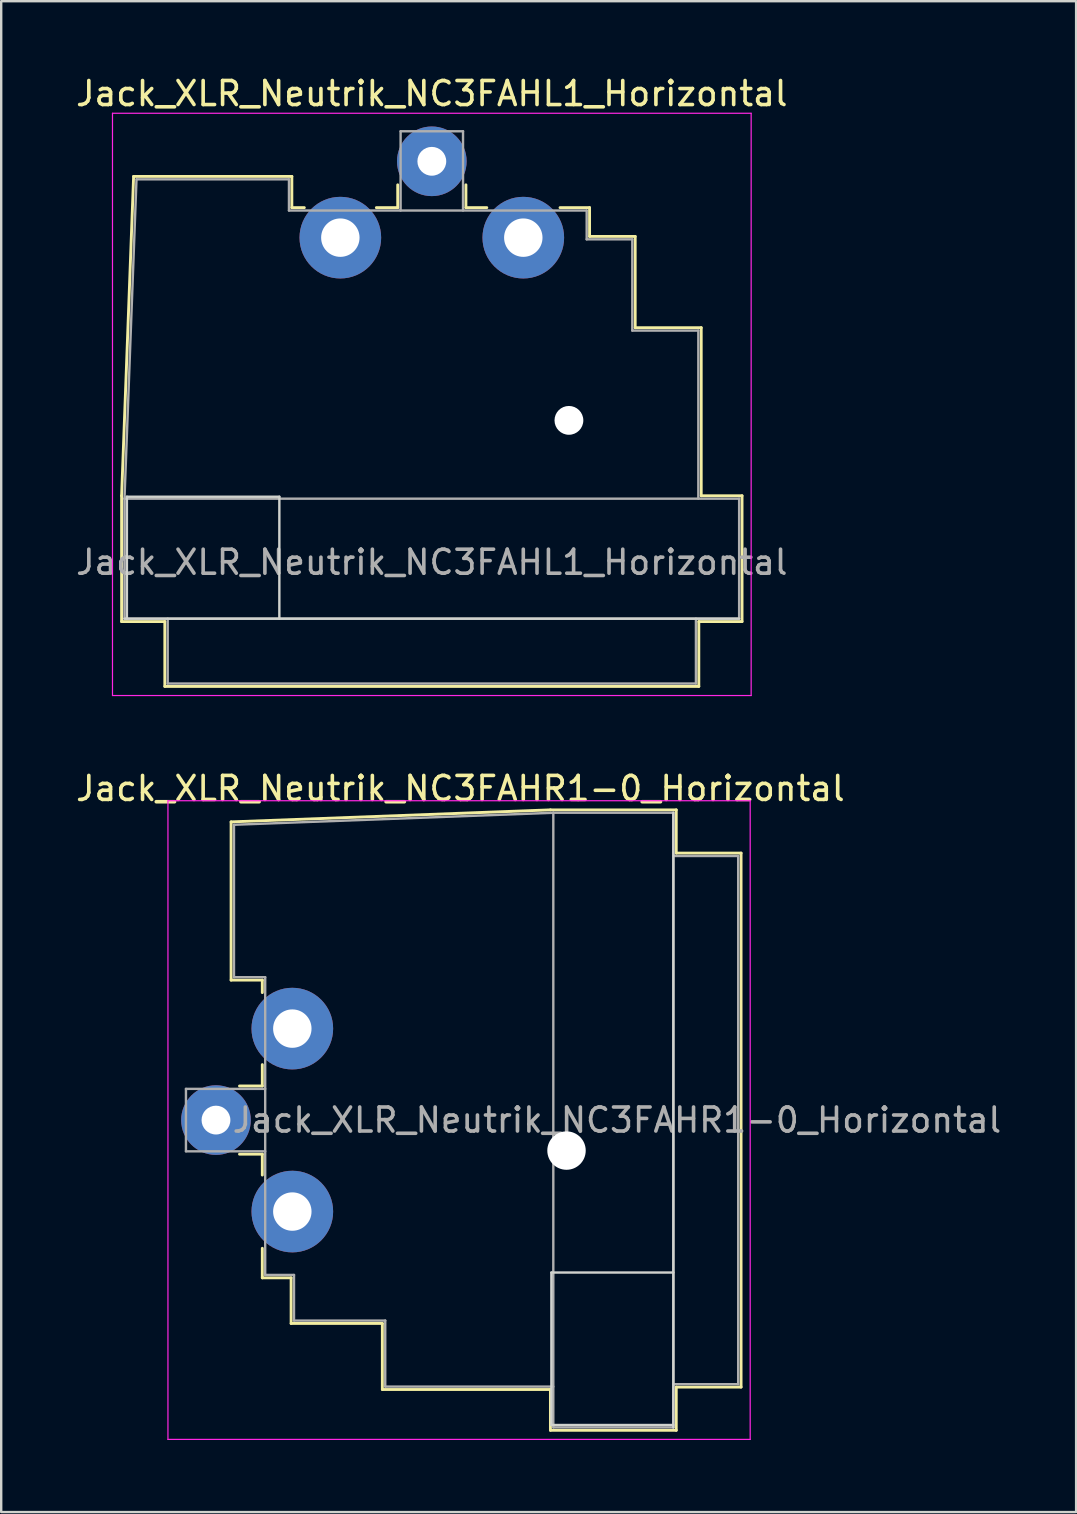
<source format=kicad_pcb>
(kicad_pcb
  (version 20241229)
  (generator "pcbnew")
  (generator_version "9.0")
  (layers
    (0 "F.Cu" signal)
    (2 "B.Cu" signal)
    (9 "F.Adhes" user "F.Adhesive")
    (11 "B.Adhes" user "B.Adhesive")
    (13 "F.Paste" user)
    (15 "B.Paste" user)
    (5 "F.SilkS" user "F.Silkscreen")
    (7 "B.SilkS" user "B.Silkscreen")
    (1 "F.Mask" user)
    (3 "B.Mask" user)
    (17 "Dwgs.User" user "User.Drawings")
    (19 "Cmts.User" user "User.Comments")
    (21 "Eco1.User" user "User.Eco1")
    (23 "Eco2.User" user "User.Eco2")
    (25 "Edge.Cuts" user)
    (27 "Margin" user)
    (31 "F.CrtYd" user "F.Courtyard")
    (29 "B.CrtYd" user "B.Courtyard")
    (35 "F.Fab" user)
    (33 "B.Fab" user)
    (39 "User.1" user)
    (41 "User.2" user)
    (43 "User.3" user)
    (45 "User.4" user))
  (footprint "Jack_XLR_Neutrik_NC3FAHR1-0_Horizontal"
    (layer "F.Cu")
    (at 9.125 39.791)
    (property "Reference" "Jack_XLR_Neutrik_NC3FAHR1-0_Horizontal" (at 7 -10 0) (layer "F.SilkS") (effects (font (size 1 1) (thickness 0.15))))
    (attr through_hole)
    (fp_line (start -2.55 -8.61) (end -2.55 -2.02) (stroke (width 0.12) (type solid)) (layer "F.SilkS"))
    (fp_line (start -2.55 -2.02) (end -1.25 -2.02) (stroke (width 0.12) (type solid)) (layer "F.SilkS"))
    (fp_line (start -1.25 -2.02) (end -1.25 -1.5) (stroke (width 0.12) (type solid)) (layer "F.SilkS"))
    (fp_line (start -1.25 1.5) (end -1.25 2.39) (stroke (width 0.12) (type solid)) (layer "F.SilkS"))
    (fp_line (start -1.25 2.39) (end -2.2 2.39) (stroke (width 0.12) (type solid)) (layer "F.SilkS"))
    (fp_line (start -1.25 5.23) (end -2.2 5.23) (stroke (width 0.12) (type solid)) (layer "F.SilkS"))
    (fp_line (start -1.25 5.23) (end -1.25 6.1) (stroke (width 0.12) (type solid)) (layer "F.SilkS"))
    (fp_line (start -1.25 9.15) (end -1.25 10.38) (stroke (width 0.12) (type solid)) (layer "F.SilkS"))
    (fp_line (start -0.05 10.38) (end -1.25 10.38) (stroke (width 0.12) (type solid)) (layer "F.SilkS"))
    (fp_line (start -0.05 10.38) (end -0.05 12.28) (stroke (width 0.12) (type solid)) (layer "F.SilkS"))
    (fp_line (start 3.75 12.28) (end -0.05 12.28) (stroke (width 0.12) (type solid)) (layer "F.SilkS"))
    (fp_line (start 3.75 12.28) (end 3.75 15.03) (stroke (width 0.12) (type solid)) (layer "F.SilkS"))
    (fp_line (start 10.75 -9.11) (end -2.55 -8.61) (stroke (width 0.12) (type solid)) (layer "F.SilkS"))
    (fp_line (start 10.75 15.03) (end 3.75 15.03) (stroke (width 0.12) (type solid)) (layer "F.SilkS"))
    (fp_line (start 10.75 16.73) (end 10.75 15.03) (stroke (width 0.12) (type solid)) (layer "F.SilkS"))
    (fp_line (start 15.99 -9.11) (end 10.75 -9.11) (stroke (width 0.12) (type solid)) (layer "F.SilkS"))
    (fp_line (start 15.99 -9.11) (end 15.99 -7.31) (stroke (width 0.12) (type solid)) (layer "F.SilkS"))
    (fp_line (start 15.99 -7.31) (end 18.69 -7.31) (stroke (width 0.12) (type solid)) (layer "F.SilkS"))
    (fp_line (start 15.99 14.93) (end 15.99 16.73) (stroke (width 0.12) (type solid)) (layer "F.SilkS"))
    (fp_line (start 15.99 14.93) (end 18.69 14.93) (stroke (width 0.12) (type solid)) (layer "F.SilkS"))
    (fp_line (start 15.99 16.73) (end 10.75 16.73) (stroke (width 0.12) (type solid)) (layer "F.SilkS"))
    (fp_line (start 18.69 -7.31) (end 18.69 14.93) (stroke (width 0.12) (type solid)) (layer "F.SilkS"))
    (fp_line (start 10.79 10.16) (end 10.79 16.51) (stroke (width 0.1) (type solid)) (layer "Edge.Cuts"))
    (fp_line (start 10.79 16.51) (end 15.87 16.51) (stroke (width 0.1) (type solid)) (layer "Edge.Cuts"))
    (fp_line (start 15.87 -8.99) (end 15.87 16.61) (stroke (width 0.1) (type solid)) (layer "Edge.Cuts"))
    (fp_line (start 15.87 10.16) (end 10.79 10.16) (stroke (width 0.1) (type solid)) (layer "Edge.Cuts"))
    (fp_line (start -5.18 -9.49) (end -5.18 17.11) (stroke (width 0.05) (type solid)) (layer "F.CrtYd"))
    (fp_line (start 19.07 -9.49) (end -5.18 -9.49) (stroke (width 0.05) (type solid)) (layer "F.CrtYd"))
    (fp_line (start 19.07 -9.49) (end 19.07 17.11) (stroke (width 0.05) (type solid)) (layer "F.CrtYd"))
    (fp_line (start 19.07 17.11) (end -5.18 17.11) (stroke (width 0.05) (type solid)) (layer "F.CrtYd"))
    (fp_line (start -4.43 2.51) (end -4.43 5.11) (stroke (width 0.1) (type solid)) (layer "F.Fab"))
    (fp_line (start -4.43 2.51) (end -1.13 2.51) (stroke (width 0.1) (type solid)) (layer "F.Fab"))
    (fp_line (start -4.43 5.11) (end -1.13 5.11) (stroke (width 0.1) (type solid)) (layer "F.Fab"))
    (fp_line (start -2.43 -8.49) (end -2.43 -2.14) (stroke (width 0.1) (type solid)) (layer "F.Fab"))
    (fp_line (start -2.43 -8.49) (end 10.87 -8.99) (stroke (width 0.1) (type solid)) (layer "F.Fab"))
    (fp_line (start -1.13 -2.14) (end -2.43 -2.14) (stroke (width 0.1) (type solid)) (layer "F.Fab"))
    (fp_line (start -1.13 -2.14) (end -1.13 10.26) (stroke (width 0.1) (type solid)) (layer "F.Fab"))
    (fp_line (start -1.13 10.26) (end 0.07 10.26) (stroke (width 0.1) (type solid)) (layer "F.Fab"))
    (fp_line (start 0.07 10.26) (end 0.07 12.16) (stroke (width 0.1) (type solid)) (layer "F.Fab"))
    (fp_line (start 0.07 12.16) (end 3.87 12.16) (stroke (width 0.1) (type solid)) (layer "F.Fab"))
    (fp_line (start 3.87 12.16) (end 3.87 14.91) (stroke (width 0.1) (type solid)) (layer "F.Fab"))
    (fp_line (start 3.87 14.91) (end 10.87 14.91) (stroke (width 0.1) (type solid)) (layer "F.Fab"))
    (fp_line (start 10.87 -8.99) (end 15.87 -8.99) (stroke (width 0.1) (type solid)) (layer "F.Fab"))
    (fp_line (start 10.87 16.61) (end 10.87 -8.99) (stroke (width 0.1) (type solid)) (layer "F.Fab"))
    (fp_line (start 15.87 -8.99) (end 15.87 16.61) (stroke (width 0.1) (type solid)) (layer "F.Fab"))
    (fp_line (start 15.87 -7.19) (end 18.57 -7.19) (stroke (width 0.1) (type solid)) (layer "F.Fab"))
    (fp_line (start 15.87 16.61) (end 10.87 16.61) (stroke (width 0.1) (type solid)) (layer "F.Fab"))
    (fp_line (start 18.57 -7.19) (end 18.57 14.81) (stroke (width 0.1) (type solid)) (layer "F.Fab"))
    (fp_line (start 18.57 14.81) (end 15.87 14.81) (stroke (width 0.1) (type solid)) (layer "F.Fab"))
    (fp_text user "${REFERENCE}" (at 13.52 3.81 0) (layer "F.Fab") (effects (font (size 1 1) (thickness 0.15))))
    (pad "" np_thru_hole circle (at 11.42 5.08) (size 1.6 1.6) (drill 1.6) (layers "*.Cu" "*.Mask"))
    (pad "1" thru_hole circle (at 0 0) (size 3.4 3.4) (drill 1.6) (layers "*.Cu" "*.Mask"))
    (pad "2" thru_hole circle (at -3.18 3.81) (size 2.9 2.9) (drill 1.2) (layers "*.Cu" "*.Mask"))
    (pad "3" thru_hole circle (at 0 7.62) (size 3.4 3.4) (drill 1.6) (layers "*.Cu" "*.Mask")))
  (footprint "Jack_XLR_Neutrik_NC3FAHL1_Horizontal"
    (layer "F.Cu")
    (at 11.125 6.848)
    (property "Reference" "Jack_XLR_Neutrik_NC3FAHL1_Horizontal" (at 3.81 -6 0) (layer "F.SilkS") (effects (font (size 1 1) (thickness 0.15))))
    (attr through_hole)
    (fp_line (start -9.11 10.75) (end -8.61 -2.55) (stroke (width 0.12) (type solid)) (layer "F.SilkS"))
    (fp_line (start -9.11 15.99) (end -9.11 10.75) (stroke (width 0.12) (type solid)) (layer "F.SilkS"))
    (fp_line (start -8.61 -2.55) (end -2.02 -2.55) (stroke (width 0.12) (type solid)) (layer "F.SilkS"))
    (fp_line (start -7.31 15.99) (end -9.11 15.99) (stroke (width 0.12) (type solid)) (layer "F.SilkS"))
    (fp_line (start -7.31 15.99) (end -7.31 18.69) (stroke (width 0.12) (type solid)) (layer "F.SilkS"))
    (fp_line (start -2.02 -2.55) (end -2.02 -1.25) (stroke (width 0.12) (type solid)) (layer "F.SilkS"))
    (fp_line (start -2.02 -1.25) (end -1.5 -1.25) (stroke (width 0.12) (type solid)) (layer "F.SilkS"))
    (fp_line (start 1.5 -1.25) (end 2.39 -1.25) (stroke (width 0.12) (type solid)) (layer "F.SilkS"))
    (fp_line (start 2.39 -1.25) (end 2.39 -2.2) (stroke (width 0.12) (type solid)) (layer "F.SilkS"))
    (fp_line (start 5.23 -1.25) (end 5.23 -2.2) (stroke (width 0.12) (type solid)) (layer "F.SilkS"))
    (fp_line (start 5.23 -1.25) (end 6.1 -1.25) (stroke (width 0.12) (type solid)) (layer "F.SilkS"))
    (fp_line (start 9.15 -1.25) (end 10.38 -1.25) (stroke (width 0.12) (type solid)) (layer "F.SilkS"))
    (fp_line (start 10.38 -0.05) (end 10.38 -1.25) (stroke (width 0.12) (type solid)) (layer "F.SilkS"))
    (fp_line (start 10.38 -0.05) (end 12.28 -0.05) (stroke (width 0.12) (type solid)) (layer "F.SilkS"))
    (fp_line (start 12.28 3.75) (end 12.28 -0.05) (stroke (width 0.12) (type solid)) (layer "F.SilkS"))
    (fp_line (start 12.28 3.75) (end 15.03 3.75) (stroke (width 0.12) (type solid)) (layer "F.SilkS"))
    (fp_line (start 14.93 15.99) (end 14.93 18.69) (stroke (width 0.12) (type solid)) (layer "F.SilkS"))
    (fp_line (start 14.93 18.69) (end -7.31 18.69) (stroke (width 0.12) (type solid)) (layer "F.SilkS"))
    (fp_line (start 15.03 10.75) (end 15.03 3.75) (stroke (width 0.12) (type solid)) (layer "F.SilkS"))
    (fp_line (start 15.03 10.75) (end 16.73 10.75) (stroke (width 0.12) (type solid)) (layer "F.SilkS"))
    (fp_line (start 16.73 15.99) (end 14.93 15.99) (stroke (width 0.12) (type solid)) (layer "F.SilkS"))
    (fp_line (start 16.73 15.99) (end 16.73 10.75) (stroke (width 0.12) (type solid)) (layer "F.SilkS"))
    (fp_line (start -8.89 10.79) (end -8.89 15.87) (stroke (width 0.1) (type solid)) (layer "Edge.Cuts"))
    (fp_line (start -2.54 10.79) (end -8.89 10.79) (stroke (width 0.1) (type solid)) (layer "Edge.Cuts"))
    (fp_line (start -2.54 15.87) (end -2.54 10.79) (stroke (width 0.1) (type solid)) (layer "Edge.Cuts"))
    (fp_line (start 16.61 15.87) (end -8.99 15.87) (stroke (width 0.1) (type solid)) (layer "Edge.Cuts"))
    (fp_line (start -9.49 19.07) (end -9.49 -5.18) (stroke (width 0.05) (type solid)) (layer "F.CrtYd"))
    (fp_line (start 17.11 -5.18) (end -9.49 -5.18) (stroke (width 0.05) (type solid)) (layer "F.CrtYd"))
    (fp_line (start 17.11 19.07) (end -9.49 19.07) (stroke (width 0.05) (type solid)) (layer "F.CrtYd"))
    (fp_line (start 17.11 19.07) (end 17.11 -5.18) (stroke (width 0.05) (type solid)) (layer "F.CrtYd"))
    (fp_line (start -8.99 10.87) (end 16.61 10.87) (stroke (width 0.1) (type solid)) (layer "F.Fab"))
    (fp_line (start -8.99 15.87) (end -8.99 10.87) (stroke (width 0.1) (type solid)) (layer "F.Fab"))
    (fp_line (start -8.49 -2.43) (end -8.99 10.87) (stroke (width 0.1) (type solid)) (layer "F.Fab"))
    (fp_line (start -8.49 -2.43) (end -2.14 -2.43) (stroke (width 0.1) (type solid)) (layer "F.Fab"))
    (fp_line (start -7.19 18.57) (end -7.19 15.87) (stroke (width 0.1) (type solid)) (layer "F.Fab"))
    (fp_line (start -2.14 -1.13) (end -2.14 -2.43) (stroke (width 0.1) (type solid)) (layer "F.Fab"))
    (fp_line (start -2.14 -1.13) (end 10.26 -1.13) (stroke (width 0.1) (type solid)) (layer "F.Fab"))
    (fp_line (start 2.51 -4.43) (end 2.51 -1.13) (stroke (width 0.1) (type solid)) (layer "F.Fab"))
    (fp_line (start 2.51 -4.43) (end 5.11 -4.43) (stroke (width 0.1) (type solid)) (layer "F.Fab"))
    (fp_line (start 5.11 -4.43) (end 5.11 -1.13) (stroke (width 0.1) (type solid)) (layer "F.Fab"))
    (fp_line (start 10.26 -1.13) (end 10.26 0.07) (stroke (width 0.1) (type solid)) (layer "F.Fab"))
    (fp_line (start 10.26 0.07) (end 12.16 0.07) (stroke (width 0.1) (type solid)) (layer "F.Fab"))
    (fp_line (start 12.16 0.07) (end 12.16 3.87) (stroke (width 0.1) (type solid)) (layer "F.Fab"))
    (fp_line (start 12.16 3.87) (end 14.91 3.87) (stroke (width 0.1) (type solid)) (layer "F.Fab"))
    (fp_line (start 14.81 15.87) (end 14.81 18.57) (stroke (width 0.1) (type solid)) (layer "F.Fab"))
    (fp_line (start 14.81 18.57) (end -7.19 18.57) (stroke (width 0.1) (type solid)) (layer "F.Fab"))
    (fp_line (start 14.91 3.87) (end 14.91 10.87) (stroke (width 0.1) (type solid)) (layer "F.Fab"))
    (fp_line (start 16.61 10.87) (end 16.61 15.87) (stroke (width 0.1) (type solid)) (layer "F.Fab"))
    (fp_line (start 16.61 15.87) (end -8.99 15.87) (stroke (width 0.1) (type solid)) (layer "F.Fab"))
    (fp_text user "${REFERENCE}" (at 3.81 13.52 0) (layer "F.Fab") (effects (font (size 1 1) (thickness 0.15))))
    (pad "" np_thru_hole circle (at 9.52 7.61) (size 1.2 1.2) (drill 1.2) (layers "*.Cu" "*.Mask"))
    (pad "1" thru_hole circle (at 0 0) (size 3.4 3.4) (drill 1.6) (layers "*.Cu" "*.Mask"))
    (pad "2" thru_hole circle (at 3.81 -3.18) (size 2.9 2.9) (drill 1.2) (layers "*.Cu" "*.Mask"))
    (pad "3" thru_hole circle (at 7.62 0) (size 3.4 3.4) (drill 1.6) (layers "*.Cu" "*.Mask")))
  (gr_rect
    (start -3 -3)
    (end 41.77 59.926)
    (stroke (width 0.1) (type default))
    (fill no)
    (layer "Edge.Cuts")))
</source>
